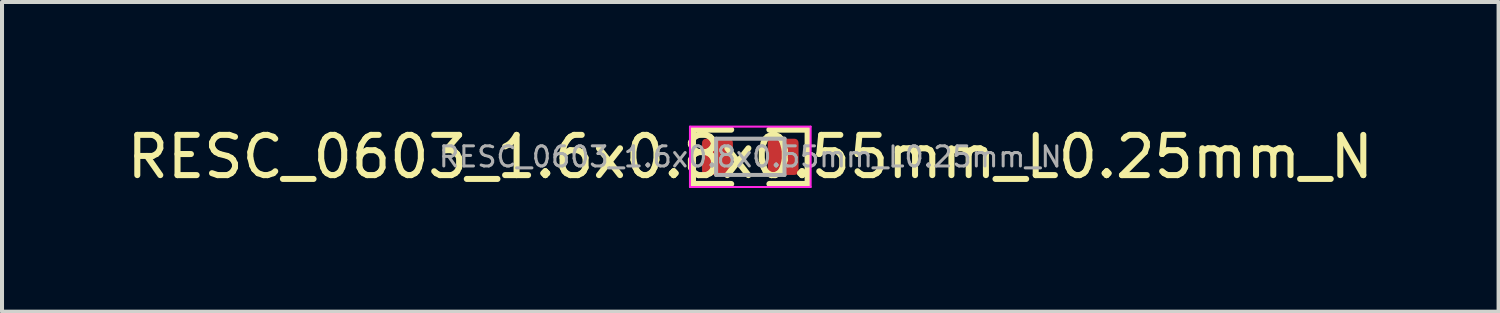
<source format=kicad_pcb>
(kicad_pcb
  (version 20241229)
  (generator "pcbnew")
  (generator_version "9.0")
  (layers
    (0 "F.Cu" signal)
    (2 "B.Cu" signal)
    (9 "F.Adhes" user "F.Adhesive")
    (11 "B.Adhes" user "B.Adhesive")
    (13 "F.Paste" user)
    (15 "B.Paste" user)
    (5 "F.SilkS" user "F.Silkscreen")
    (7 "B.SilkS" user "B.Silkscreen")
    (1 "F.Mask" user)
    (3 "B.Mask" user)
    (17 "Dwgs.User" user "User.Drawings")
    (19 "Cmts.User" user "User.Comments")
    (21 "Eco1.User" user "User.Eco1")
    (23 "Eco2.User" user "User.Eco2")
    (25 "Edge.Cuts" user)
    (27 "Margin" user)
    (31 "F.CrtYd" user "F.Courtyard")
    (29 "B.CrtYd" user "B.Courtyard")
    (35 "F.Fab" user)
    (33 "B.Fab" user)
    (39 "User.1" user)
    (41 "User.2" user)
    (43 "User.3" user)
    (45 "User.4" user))
  (footprint "RESC_0603_1.6x0.8x0.55mm_L0.25mm_N"
    (layer "F.Cu")
    (at 15.601 0.848)
    (property "Reference" "RESC_0603_1.6x0.8x0.55mm_L0.25mm_N" (at 0 0 0) (layer "F.SilkS") (effects (font (size 1 1) (thickness 0.15))))
    (attr smd)
    (fp_line (start -1.425 -0.675) (end -0.475 -0.675) (stroke (width 0.15) (type solid)) (layer "F.SilkS"))
    (fp_line (start -1.425 0.675) (end -1.425 -0.675) (stroke (width 0.15) (type solid)) (layer "F.SilkS"))
    (fp_line (start -0.475 0.675) (end -1.425 0.675) (stroke (width 0.15) (type solid)) (layer "F.SilkS"))
    (fp_line (start 0.475 0.675) (end 1.425 0.675) (stroke (width 0.15) (type solid)) (layer "F.SilkS"))
    (fp_line (start 1.425 -0.675) (end 0.475 -0.675) (stroke (width 0.15) (type solid)) (layer "F.SilkS"))
    (fp_line (start 1.425 0.675) (end 1.425 -0.675) (stroke (width 0.15) (type solid)) (layer "F.SilkS"))
    (fp_line (start -1.5 -0.75) (end 1.5 -0.75) (stroke (width 0.05) (type solid)) (layer "F.CrtYd"))
    (fp_line (start -1.5 0.75) (end -1.5 -0.75) (stroke (width 0.05) (type solid)) (layer "F.CrtYd"))
    (fp_line (start 1.5 -0.75) (end 1.5 0.75) (stroke (width 0.05) (type solid)) (layer "F.CrtYd"))
    (fp_line (start 1.5 0.75) (end -1.5 0.75) (stroke (width 0.05) (type solid)) (layer "F.CrtYd"))
    (fp_line (start -0.85 -0.45) (end 0.85 -0.45) (stroke (width 0.1) (type solid)) (layer "F.Fab"))
    (fp_line (start -0.85 0.45) (end -0.85 -0.45) (stroke (width 0.1) (type solid)) (layer "F.Fab"))
    (fp_line (start 0.85 -0.45) (end 0.85 0.45) (stroke (width 0.1) (type solid)) (layer "F.Fab"))
    (fp_line (start 0.85 0.45) (end -0.85 0.45) (stroke (width 0.1) (type solid)) (layer "F.Fab"))
    (fp_text user "${REFERENCE}" (at 0 0 0) (layer "F.Fab") (effects (font (size 0.5 0.5) (thickness 0.075))))
    (pad "1" smd roundrect (at -0.816 0) (size 0.767 0.9) (layers "F.Cu" "F.Mask" "F.Paste") (roundrect_rratio 0.13))
    (pad "2" smd roundrect (at 0.816 0) (size 0.767 0.9) (layers "F.Cu" "F.Mask" "F.Paste") (roundrect_rratio 0.13)))
  (gr_rect
    (start -3 -3)
    (end 34.202 4.697)
    (stroke (width 0.1) (type default))
    (fill no)
    (layer "Edge.Cuts")))
</source>
